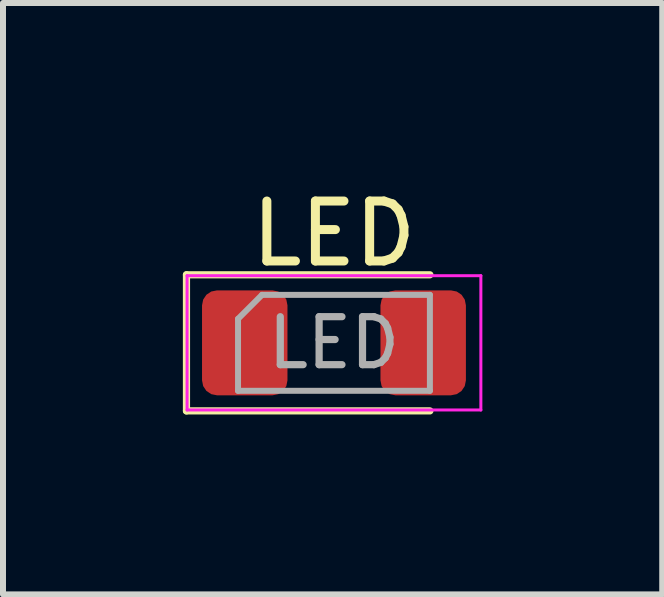
<source format=kicad_pcb>
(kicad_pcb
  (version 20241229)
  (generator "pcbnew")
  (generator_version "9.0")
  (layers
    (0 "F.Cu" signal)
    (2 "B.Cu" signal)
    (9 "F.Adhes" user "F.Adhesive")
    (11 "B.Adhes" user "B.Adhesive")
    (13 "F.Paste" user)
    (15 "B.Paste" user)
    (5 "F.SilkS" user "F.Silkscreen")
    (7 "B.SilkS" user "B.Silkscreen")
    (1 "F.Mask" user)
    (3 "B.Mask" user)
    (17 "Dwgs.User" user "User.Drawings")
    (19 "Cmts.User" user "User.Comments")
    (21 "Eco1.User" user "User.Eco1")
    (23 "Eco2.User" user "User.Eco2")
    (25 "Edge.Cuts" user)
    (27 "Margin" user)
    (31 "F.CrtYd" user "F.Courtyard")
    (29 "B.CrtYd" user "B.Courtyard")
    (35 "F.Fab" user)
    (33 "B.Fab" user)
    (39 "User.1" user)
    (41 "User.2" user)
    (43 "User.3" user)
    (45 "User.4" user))
  (footprint "LED"
    (layer "F.Cu")
    (at 2.52 2.668)
    (property "Reference" "LED" (at 0 -1.82 0) (layer "F.SilkS") (effects (font (size 1 1) (thickness 0.15))))
    (attr smd)
    (fp_line (start -2.46 -1.135) (end -2.46 1.135) (stroke (width 0.12) (type solid)) (layer "F.SilkS"))
    (fp_line (start -2.46 1.135) (end 1.6 1.135) (stroke (width 0.12) (type solid)) (layer "F.SilkS"))
    (fp_line (start 1.6 -1.135) (end -2.46 -1.135) (stroke (width 0.12) (type solid)) (layer "F.SilkS"))
    (fp_line (start -2.45 -1.12) (end 2.45 -1.12) (stroke (width 0.05) (type solid)) (layer "F.CrtYd"))
    (fp_line (start -2.45 1.12) (end -2.45 -1.12) (stroke (width 0.05) (type solid)) (layer "F.CrtYd"))
    (fp_line (start 2.45 -1.12) (end 2.45 1.12) (stroke (width 0.05) (type solid)) (layer "F.CrtYd"))
    (fp_line (start 2.45 1.12) (end -2.45 1.12) (stroke (width 0.05) (type solid)) (layer "F.CrtYd"))
    (fp_line (start -1.6 -0.4) (end -1.6 0.8) (stroke (width 0.1) (type solid)) (layer "F.Fab"))
    (fp_line (start -1.6 0.8) (end 1.6 0.8) (stroke (width 0.1) (type solid)) (layer "F.Fab"))
    (fp_line (start -1.2 -0.8) (end -1.6 -0.4) (stroke (width 0.1) (type solid)) (layer "F.Fab"))
    (fp_line (start 1.6 -0.8) (end -1.2 -0.8) (stroke (width 0.1) (type solid)) (layer "F.Fab"))
    (fp_line (start 1.6 0.8) (end 1.6 -0.8) (stroke (width 0.1) (type solid)) (layer "F.Fab"))
    (fp_text user "${REFERENCE}" (at 0 0 0) (layer "F.Fab") (effects (font (size 0.8 0.8) (thickness 0.12))))
    (pad "1" smd roundrect (at -1.488 0) (size 1.425 1.75) (layers "F.Cu" "F.Mask" "F.Paste") (roundrect_rratio 0.175))
    (pad "2" smd roundrect (at 1.488 0) (size 1.425 1.75) (layers "F.Cu" "F.Mask" "F.Paste") (roundrect_rratio 0.175)))
  (gr_rect
    (start -3 -3)
    (end 7.995 6.863)
    (stroke (width 0.1) (type default))
    (fill no)
    (layer "Edge.Cuts")))
</source>
